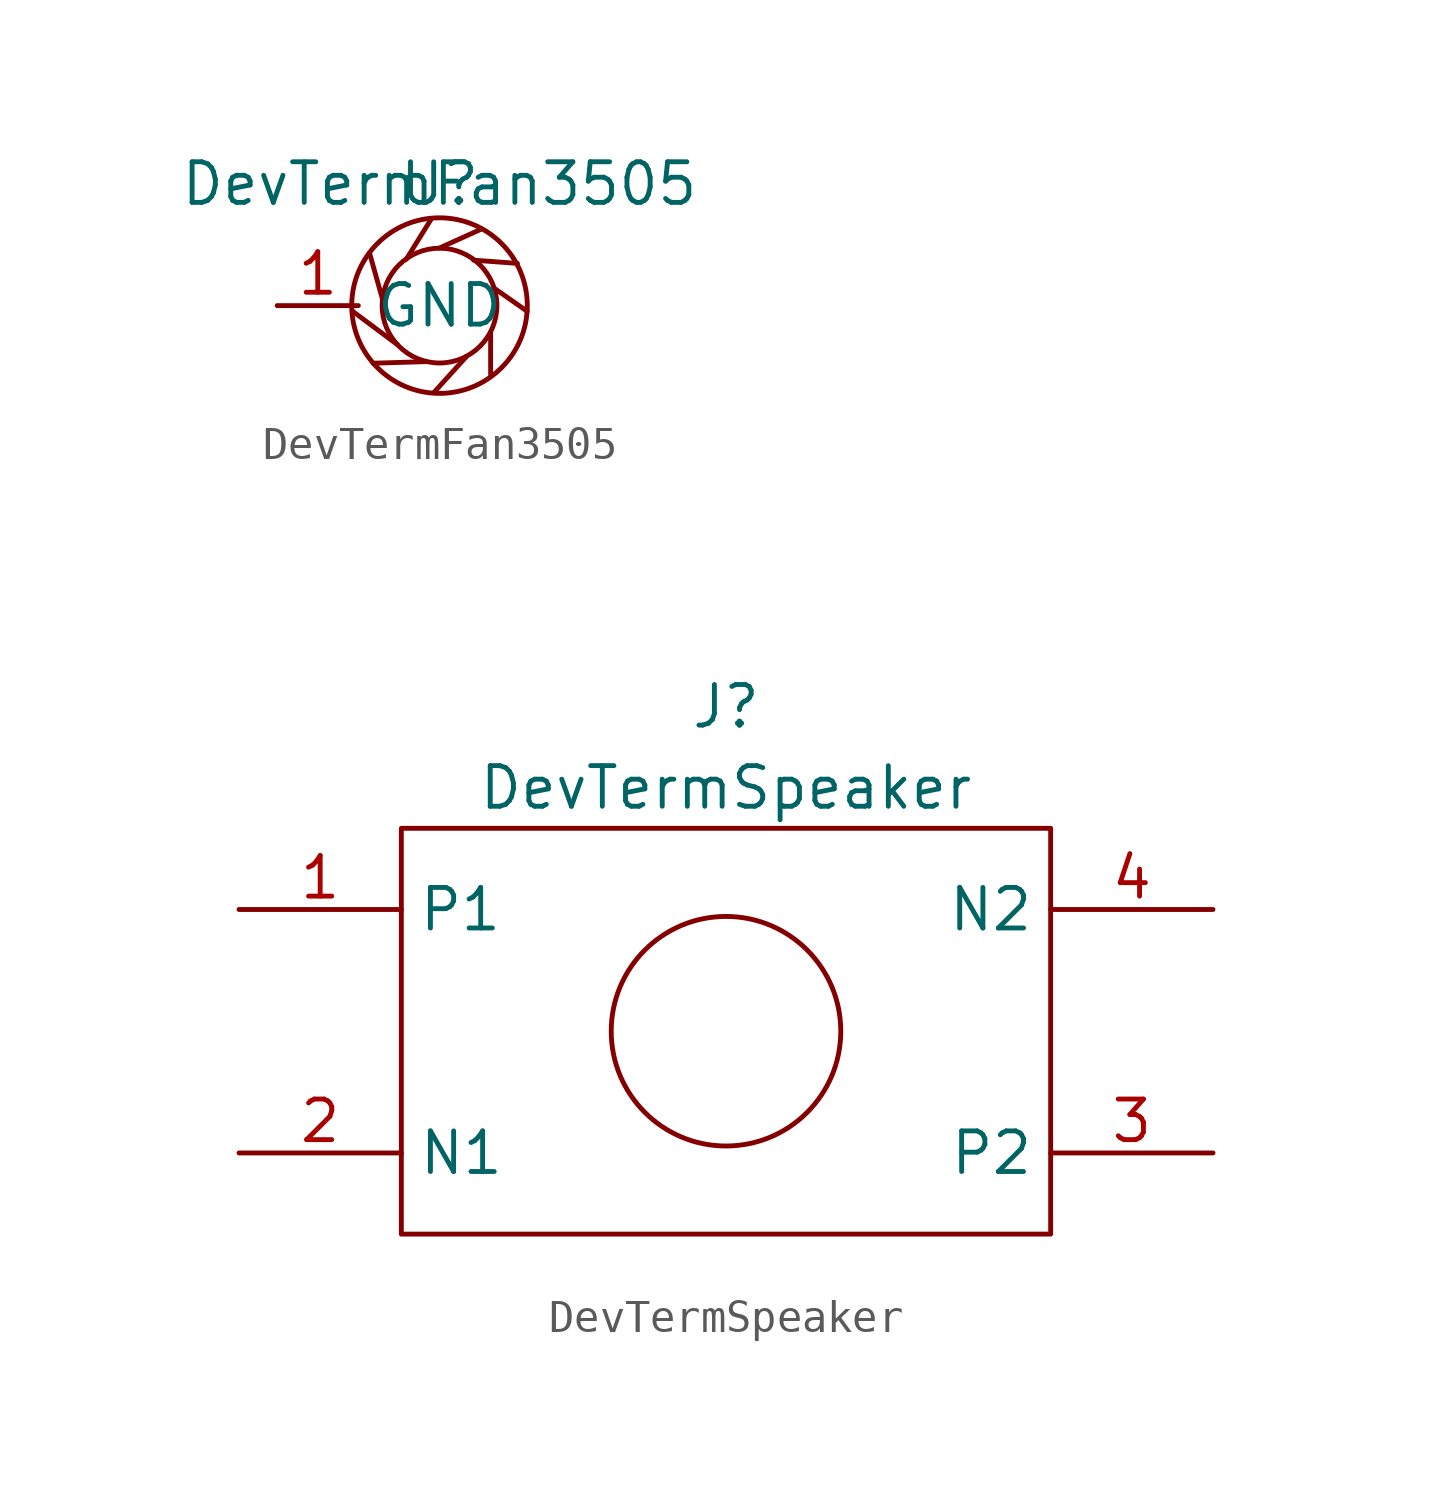
<source format=kicad_sym>
(kicad_symbol_lib
  (version 20211014)
  (generator kicad_symbol_editor)
  (symbol "DevTermFan3505"
    (property "Reference" "U"
      (at 0 0 0)
      (effects (font (size 1.27 1.27))))
    (property "Value" "DevTermFan3505"
      (at 0 0 0)
      (effects (font (size 1.27 1.27))))
    (symbol "DevTermFan3505_0_1"
      (circle (center 0 -3.81) (radius 1.796) (stroke (width 0) (type default) (color 0 0 0 0)) (fill (type none)))
      (circle (center 0 -3.81) (radius 2.747) (stroke (width 0) (type default) (color 0 0 0 0)) (fill (type none)))
      (polyline (pts (xy -1.321 -5.029) (xy -2.718 -3.988)) (stroke (width 0) (type default) (color 0 0 0 0)) (fill (type none)))
      (polyline (pts (xy -1.041 -2.362) (xy -0.254 -1.092)) (stroke (width 0) (type default) (color 0 0 0 0)) (fill (type none)))
      (polyline (pts (xy -0.406 -5.563) (xy -2.083 -5.613)) (stroke (width 0) (type default) (color 0 0 0 0)) (fill (type none)))
      (polyline (pts (xy 0 -2.007) (xy 1.295 -1.422)) (stroke (width 0) (type default) (color 0 0 0 0)) (fill (type none)))
      (polyline (pts (xy 0.838 -5.41) (xy -0.152 -6.502)) (stroke (width 0) (type default) (color 0 0 0 0)) (fill (type none)))
      (polyline (pts (xy 1.067 -2.388) (xy 2.438 -2.489)) (stroke (width 0) (type default) (color 0 0 0 0)) (fill (type none)))
      (polyline (pts (xy 1.6 -4.648) (xy 1.6 -5.969)) (stroke (width 0) (type default) (color 0 0 0 0)) (fill (type none)))
      (polyline (pts (xy 1.727 -3.277) (xy 2.743 -3.988)) (stroke (width 0) (type default) (color 0 0 0 0)) (fill (type none)))
      (polyline (pts (xy -1.778 -3.632) (xy -2.184 -2.184) (xy -2.184 -2.159)) (stroke (width 0) (type default) (color 0 0 0 0)) (fill (type none))))
    (symbol "DevTermFan3505_1_1"
      (pin power_in line (at -5.08 -3.81 0) (length 2.54) (name "GND" (effects (font (size 1.27 1.27)))) (number "1" (effects (font (size 1.27 1.27)))))))
  (symbol "DevTermSpeaker"
    (property "Reference" "J"
      (at 0 2.54 0)
      (effects (font (size 1.27 1.27))))
    (property "Value" "DevTermSpeaker"
      (at 0 0 0)
      (effects (font (size 1.27 1.27))))
    (symbol "DevTermSpeaker_0_1"
      (rectangle (start -10.16 -1.27) (end 10.16 -13.97) (stroke (width 0) (type default) (color 0 0 0 0)) (fill (type none)))
      (circle (center 0 -7.62) (radius 3.592) (stroke (width 0) (type default) (color 0 0 0 0)) (fill (type none))))
    (symbol "DevTermSpeaker_1_1"
      (pin bidirectional line (at -15.24 -3.81 0) (length 5.08) (name "P1" (effects (font (size 1.27 1.27)))) (number "1" (effects (font (size 1.27 1.27)))))
      (pin bidirectional line (at -15.24 -11.43 0) (length 5.08) (name "N1" (effects (font (size 1.27 1.27)))) (number "2" (effects (font (size 1.27 1.27)))))
      (pin bidirectional line (at 15.24 -11.43 180) (length 5.08) (name "P2" (effects (font (size 1.27 1.27)))) (number "3" (effects (font (size 1.27 1.27)))))
      (pin bidirectional line (at 15.24 -3.81 180) (length 5.08) (name "N2" (effects (font (size 1.27 1.27)))) (number "4" (effects (font (size 1.27 1.27))))))))
</source>
